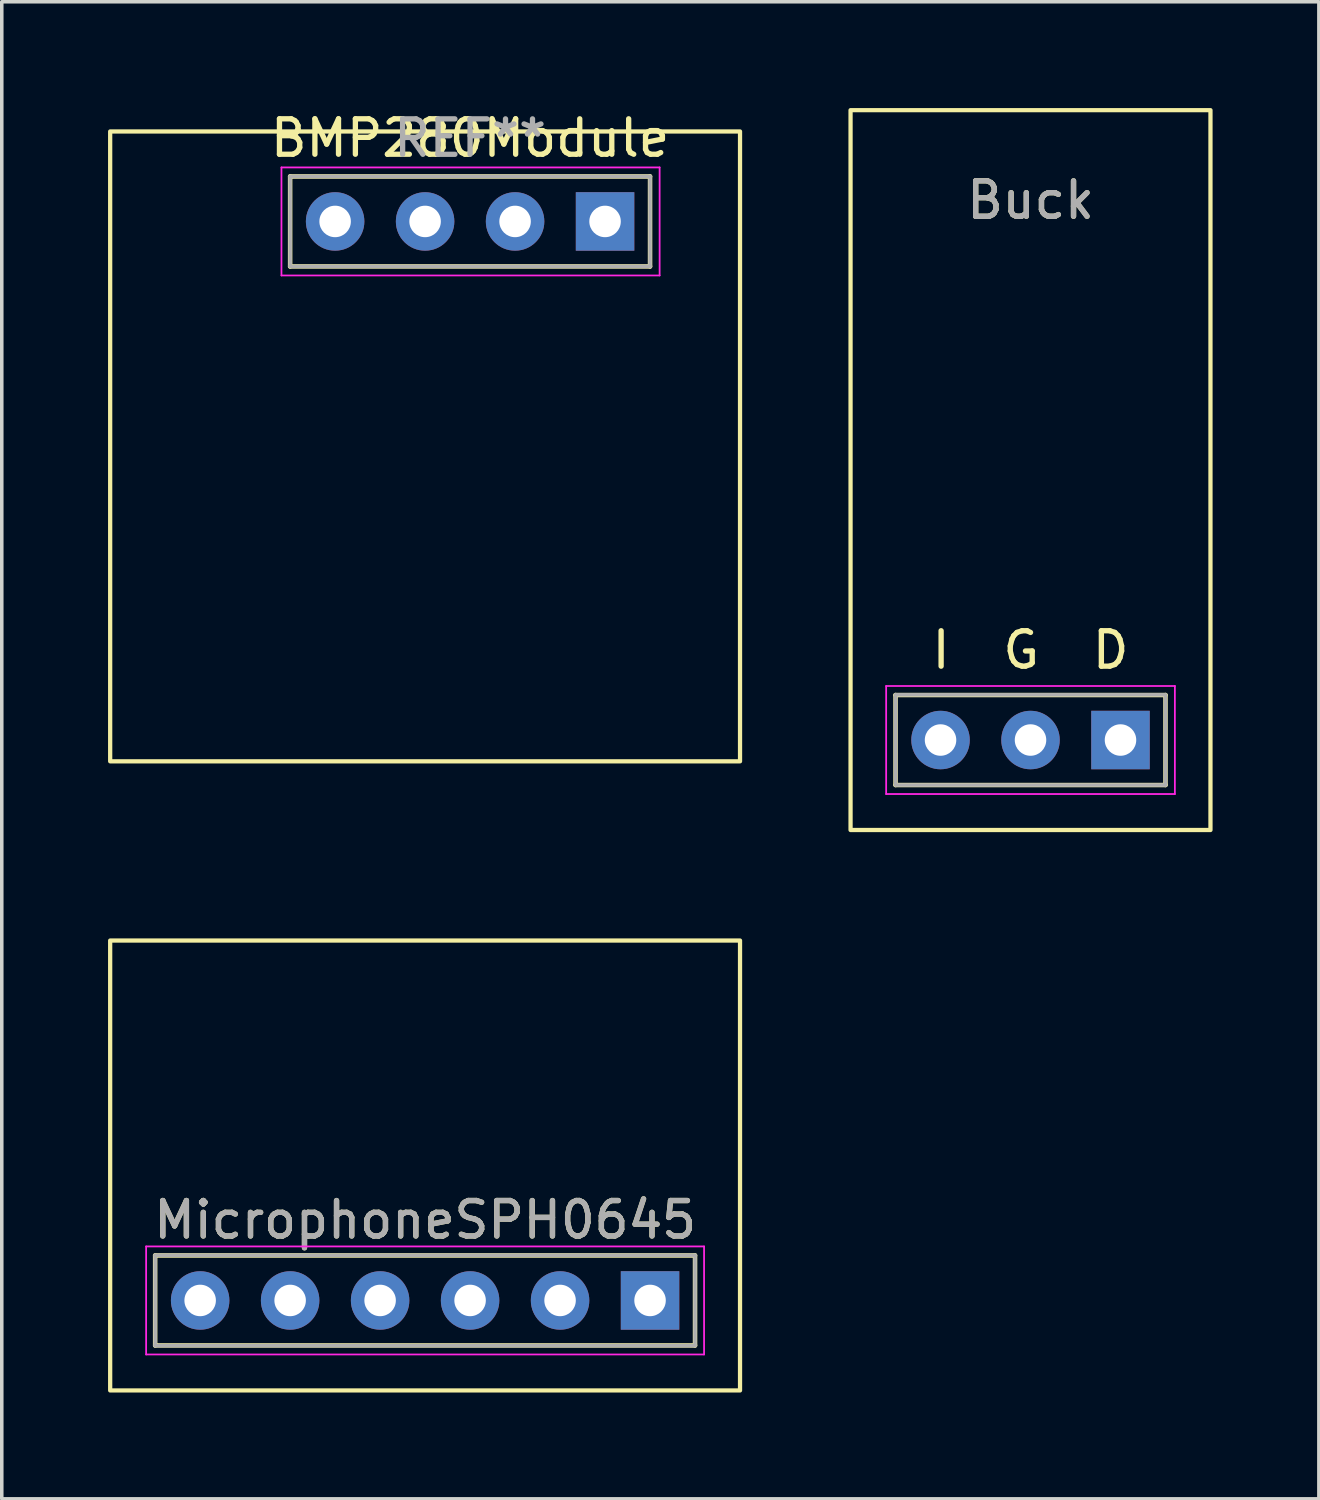
<source format=kicad_pcb>
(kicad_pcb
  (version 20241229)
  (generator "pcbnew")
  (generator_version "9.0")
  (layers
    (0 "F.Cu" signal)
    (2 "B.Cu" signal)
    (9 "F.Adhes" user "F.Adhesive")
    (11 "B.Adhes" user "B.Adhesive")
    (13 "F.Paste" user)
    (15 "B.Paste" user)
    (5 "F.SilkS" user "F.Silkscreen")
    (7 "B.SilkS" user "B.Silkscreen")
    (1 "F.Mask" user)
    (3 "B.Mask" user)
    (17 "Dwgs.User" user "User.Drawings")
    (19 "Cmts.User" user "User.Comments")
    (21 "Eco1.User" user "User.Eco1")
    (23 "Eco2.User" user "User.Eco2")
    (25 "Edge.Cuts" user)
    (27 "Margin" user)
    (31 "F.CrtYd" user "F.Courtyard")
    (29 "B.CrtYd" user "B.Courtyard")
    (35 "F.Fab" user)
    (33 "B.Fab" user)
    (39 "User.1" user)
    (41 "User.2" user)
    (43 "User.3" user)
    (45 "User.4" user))
  (footprint "MicrophoneSPH0645"
    (layer "F.Cu")
    (at 8.95 33.66)
    (property "Reference" "MicrophoneSPH0645" (at 0 -2.275 0) (layer "F.SilkS") (effects (font (size 1 1) (thickness 0.15))))
    (attr exclude_from_pos_files exclude_from_bom)
    (fp_line (start -7.62 -1.27) (end 7.62 -1.27) (stroke (width 0.127) (type solid)) (layer "F.SilkS"))
    (fp_line (start -7.62 1.27) (end -7.62 -1.27) (stroke (width 0.127) (type solid)) (layer "F.SilkS"))
    (fp_line (start 7.62 -1.27) (end 7.62 1.27) (stroke (width 0.127) (type solid)) (layer "F.SilkS"))
    (fp_line (start 7.62 1.27) (end -7.62 1.27) (stroke (width 0.127) (type solid)) (layer "F.SilkS"))
    (fp_rect (start 8.89 2.54) (end -8.89 -10.16) (stroke (width 0.12) (type solid)) (fill no) (layer "F.SilkS"))
    (fp_line (start -7.875 -1.525) (end -7.875 1.525) (stroke (width 0.05) (type solid)) (layer "F.CrtYd"))
    (fp_line (start -7.875 1.525) (end 7.875 1.525) (stroke (width 0.05) (type solid)) (layer "F.CrtYd"))
    (fp_line (start 7.875 -1.525) (end -7.875 -1.525) (stroke (width 0.05) (type solid)) (layer "F.CrtYd"))
    (fp_line (start 7.875 1.525) (end 7.875 -1.525) (stroke (width 0.05) (type solid)) (layer "F.CrtYd"))
    (fp_line (start -7.62 -1.275) (end -7.62 1.275) (stroke (width 0.1) (type solid)) (layer "F.Fab"))
    (fp_line (start -7.62 -1.275) (end 7.62 -1.275) (stroke (width 0.1) (type solid)) (layer "F.Fab"))
    (fp_line (start -7.62 1.275) (end 7.62 1.275) (stroke (width 0.1) (type solid)) (layer "F.Fab"))
    (fp_line (start 7.62 -1.275) (end 7.62 1.275) (stroke (width 0.1) (type solid)) (layer "F.Fab"))
    (fp_text user "${REFERENCE}" (at 0 -2.275 0) (layer "F.Fab") (effects (font (size 1 1) (thickness 0.15))))
    (pad "1" thru_hole rect (at 6.35 0 270) (size 1.651 1.651) (drill 0.889) (layers "*.Cu" "*.Mask"))
    (pad "2" thru_hole circle (at 3.81 0 270) (size 1.651 1.651) (drill 0.889) (layers "*.Cu" "*.Mask"))
    (pad "3" thru_hole circle (at 1.27 0 270) (size 1.651 1.651) (drill 0.889) (layers "*.Cu" "*.Mask"))
    (pad "4" thru_hole circle (at -1.27 0 270) (size 1.651 1.651) (drill 0.889) (layers "*.Cu" "*.Mask"))
    (pad "5" thru_hole circle (at -3.81 0 270) (size 1.651 1.651) (drill 0.889) (layers "*.Cu" "*.Mask"))
    (pad "6" thru_hole circle (at -6.35 0 270) (size 1.651 1.651) (drill 0.889) (layers "*.Cu" "*.Mask")))
  (footprint "Buck"
    (layer "F.Cu")
    (at 26.04 17.84)
    (property "Reference" "Buck" (at 0 -15.24 180) (layer "F.SilkS") (effects (font (size 1 1) (thickness 0.15))))
    (attr exclude_from_pos_files exclude_from_bom)
    (fp_line (start -3.81 -1.27) (end 3.81 -1.27) (stroke (width 0.127) (type solid)) (layer "F.SilkS"))
    (fp_line (start -3.81 1.27) (end -3.81 -1.27) (stroke (width 0.127) (type solid)) (layer "F.SilkS"))
    (fp_line (start 3.81 -1.27) (end 3.81 1.27) (stroke (width 0.127) (type solid)) (layer "F.SilkS"))
    (fp_line (start 3.81 1.27) (end -3.81 1.27) (stroke (width 0.127) (type solid)) (layer "F.SilkS"))
    (fp_rect (start 5.08 2.54) (end -5.08 -17.78) (stroke (width 0.12) (type solid)) (fill no) (layer "F.SilkS"))
    (fp_line (start -4.075 -1.525) (end 4.075 -1.525) (stroke (width 0.05) (type solid)) (layer "F.CrtYd"))
    (fp_line (start -4.075 1.525) (end -4.075 -1.525) (stroke (width 0.05) (type solid)) (layer "F.CrtYd"))
    (fp_line (start 4.075 -1.525) (end 4.075 1.525) (stroke (width 0.05) (type solid)) (layer "F.CrtYd"))
    (fp_line (start 4.075 1.525) (end -4.075 1.525) (stroke (width 0.05) (type solid)) (layer "F.CrtYd"))
    (fp_line (start -3.81 -1.275) (end 3.81 -1.275) (stroke (width 0.1) (type solid)) (layer "F.Fab"))
    (fp_line (start -3.81 1.265) (end -3.81 -1.275) (stroke (width 0.1) (type solid)) (layer "F.Fab"))
    (fp_line (start 3.81 -1.27) (end 3.81 1.27) (stroke (width 0.1) (type solid)) (layer "F.Fab"))
    (fp_line (start 3.81 1.27) (end -3.81 1.27) (stroke (width 0.1) (type solid)) (layer "F.Fab"))
    (fp_text user "I  G  D" (at 0 -2.54 0) (unlocked yes) (layer "F.SilkS") (effects (font (size 1 1) (thickness 0.15))))
    (fp_text user "${REFERENCE}" (at 0 -15.24 0) (layer "F.Fab") (effects (font (size 1 1) (thickness 0.15))))
    (pad "1" thru_hole rect (at 2.54 0 90) (size 1.651 1.651) (drill 0.889) (layers "*.Cu" "*.Mask"))
    (pad "2" thru_hole circle (at 0 0 90) (size 1.651 1.651) (drill 0.889) (layers "*.Cu" "*.Mask"))
    (pad "3" thru_hole circle (at -2.54 0 90) (size 1.651 1.651) (drill 0.889) (layers "*.Cu" "*.Mask")))
  (footprint "BMP280Module"
    (layer "F.Cu")
    (at 10.22 3.201)
    (property "Reference" "BMP280Module" (at 0 -2.352 0) (layer "F.SilkS") (effects (font (size 1 1) (thickness 0.15))))
    (attr exclude_from_pos_files exclude_from_bom)
    (fp_line (start -5.08 -1.27) (end 5.08 -1.27) (stroke (width 0.127) (type solid)) (layer "F.SilkS"))
    (fp_line (start -5.08 1.27) (end -5.08 -1.27) (stroke (width 0.127) (type solid)) (layer "F.SilkS"))
    (fp_line (start 5.08 -1.27) (end 5.08 1.27) (stroke (width 0.127) (type solid)) (layer "F.SilkS"))
    (fp_line (start 5.08 1.27) (end -5.08 1.27) (stroke (width 0.127) (type solid)) (layer "F.SilkS"))
    (fp_rect (start 7.62 -2.54) (end -10.16 15.24) (stroke (width 0.12) (type solid)) (fill no) (layer "F.SilkS"))
    (fp_line (start -5.325 -1.525) (end 5.35 -1.525) (stroke (width 0.05) (type solid)) (layer "F.CrtYd"))
    (fp_line (start -5.325 1.525) (end -5.325 -1.525) (stroke (width 0.05) (type solid)) (layer "F.CrtYd"))
    (fp_line (start 5.35 -1.525) (end 5.35 1.525) (stroke (width 0.05) (type solid)) (layer "F.CrtYd"))
    (fp_line (start 5.35 1.525) (end -5.325 1.525) (stroke (width 0.05) (type solid)) (layer "F.CrtYd"))
    (fp_line (start -5.08 -1.27) (end 5.08 -1.27) (stroke (width 0.1) (type solid)) (layer "F.Fab"))
    (fp_line (start -5.08 1.27) (end -5.08 -1.27) (stroke (width 0.1) (type solid)) (layer "F.Fab"))
    (fp_line (start 5.08 -1.27) (end 5.08 1.27) (stroke (width 0.1) (type solid)) (layer "F.Fab"))
    (fp_line (start 5.08 1.27) (end -5.08 1.27) (stroke (width 0.1) (type solid)) (layer "F.Fab"))
    (fp_text user "REF**" (at 0 -2.35 0) (layer "F.Fab") (effects (font (size 1 1) (thickness 0.15))))
    (pad "1" thru_hole rect (at 3.81 0 270) (size 1.651 1.651) (drill 0.889) (layers "*.Cu" "*.Mask"))
    (pad "2" thru_hole circle (at 1.27 0 270) (size 1.651 1.651) (drill 0.889) (layers "*.Cu" "*.Mask"))
    (pad "3" thru_hole circle (at -1.27 0 270) (size 1.651 1.651) (drill 0.889) (layers "*.Cu" "*.Mask"))
    (pad "4" thru_hole circle (at -3.81 0 270) (size 1.651 1.651) (drill 0.889) (layers "*.Cu" "*.Mask")))
  (gr_rect
    (start -3 -3)
    (end 34.18 39.26)
    (stroke (width 0.1) (type default))
    (fill no)
    (layer "Edge.Cuts")))
</source>
